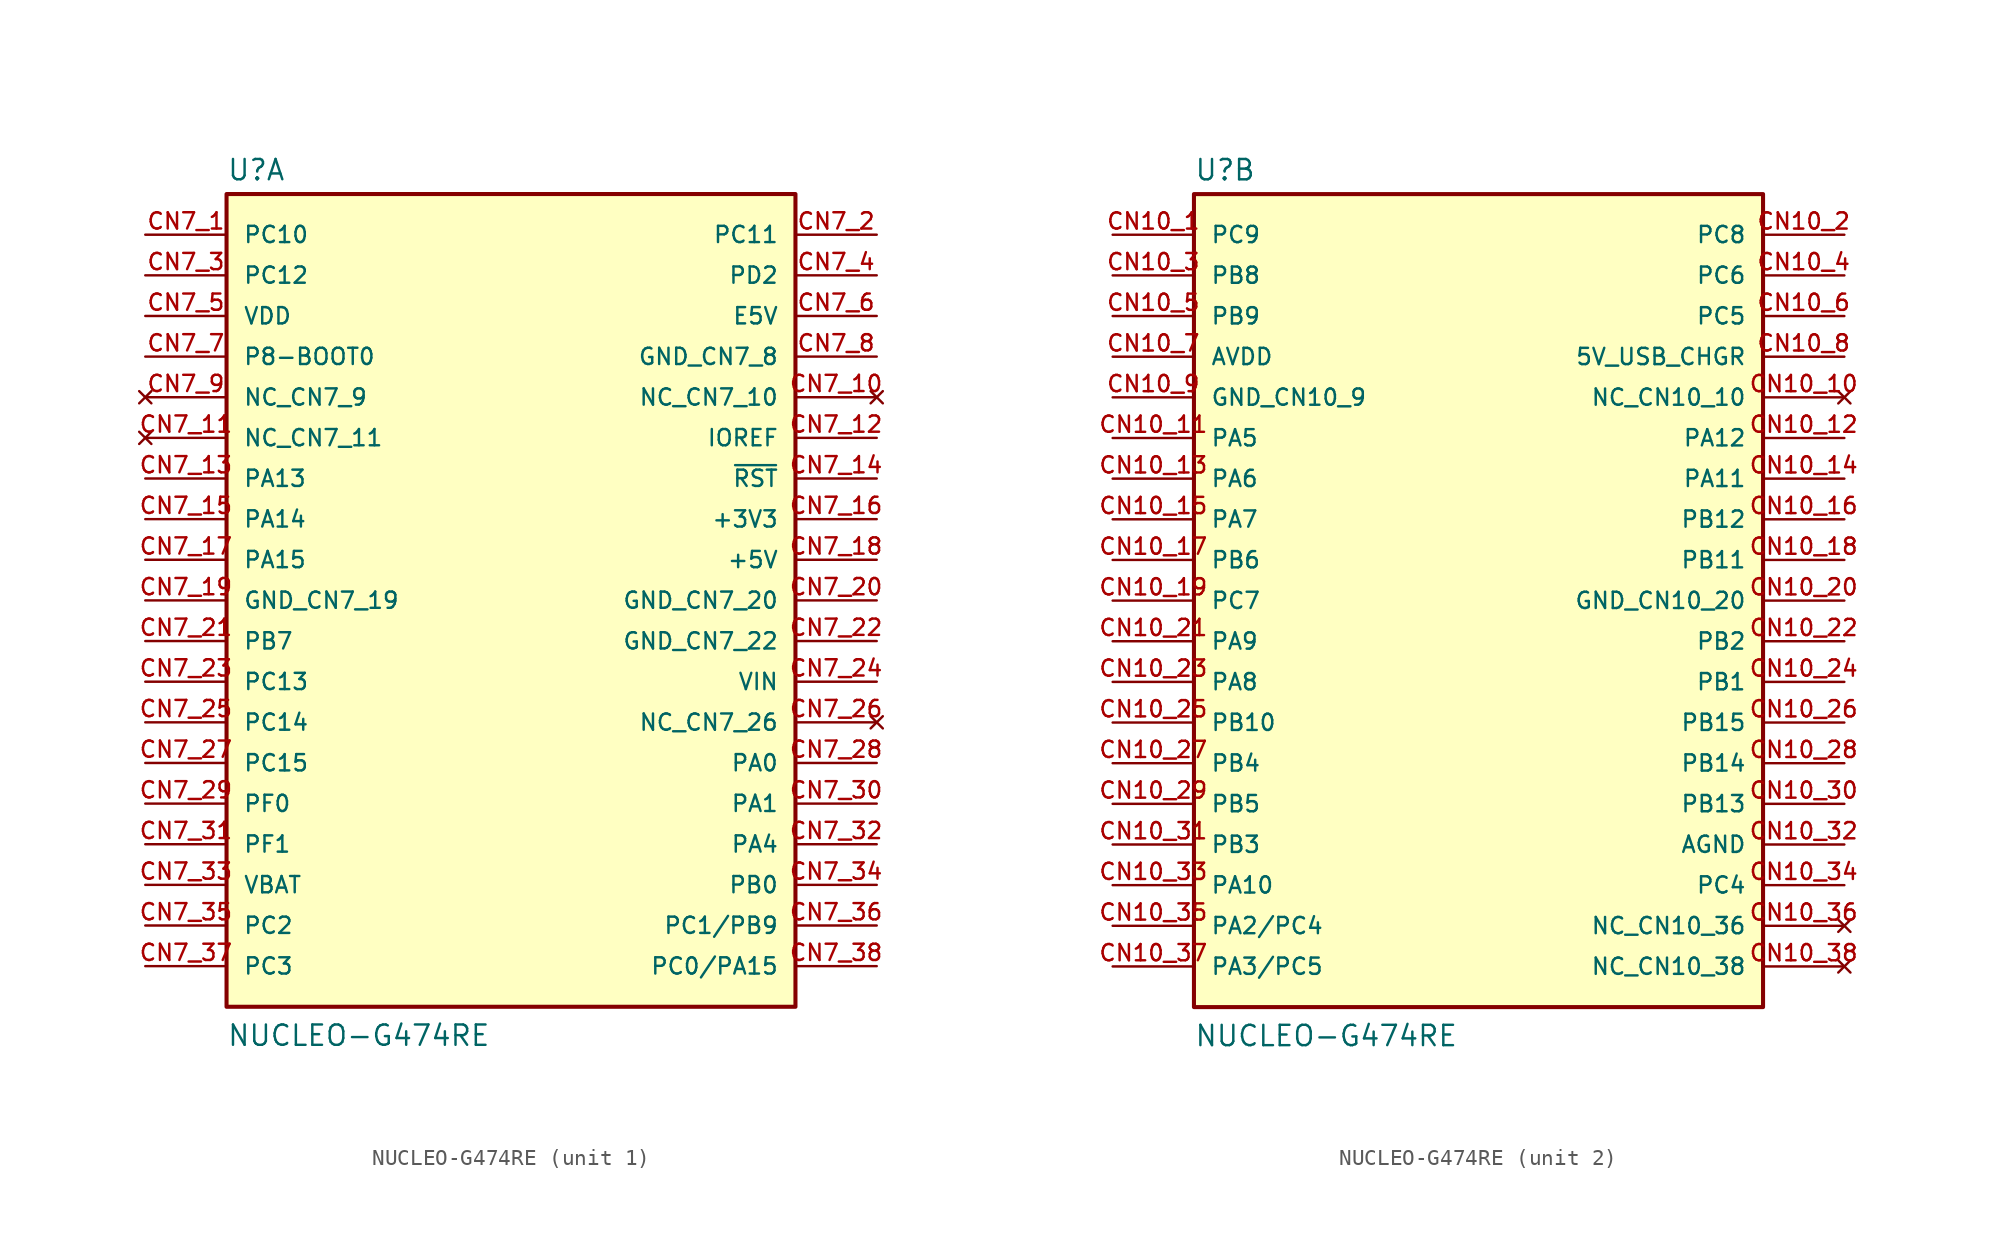
<source format=kicad_sym>
(kicad_symbol_lib
  (version 20211014)
  (generator kicad_symbol_editor)
  (symbol "NUCLEO-G474RE"
    (pin_names
      (offset 1.016))
    (property "Reference" "U"
      (at -17.78 26.162 0)
      (effects (font (size 1.27 1.27)) (justify bottom left)))
    (property "Value" "NUCLEO-G474RE"
      (at -17.78 -27.94 0)
      (effects (font (size 1.27 1.27)) (justify bottom left)))
    (symbol "NUCLEO-G474RE_1_0"
      (rectangle (start -17.78 -25.4) (end 17.78 25.4) (stroke (width 0.254)) (fill (type background)))
      (pin bidirectional line (at -22.86 22.86 0) (length 5.08) (name "PC10" (effects (font (size 1.016 1.016)))) (number "CN7_1" (effects (font (size 1.016 1.016)))))
      (pin bidirectional line (at 22.86 22.86 180.0) (length 5.08) (name "PC11" (effects (font (size 1.016 1.016)))) (number "CN7_2" (effects (font (size 1.016 1.016)))))
      (pin bidirectional line (at -22.86 20.32 0) (length 5.08) (name "PC12" (effects (font (size 1.016 1.016)))) (number "CN7_3" (effects (font (size 1.016 1.016)))))
      (pin bidirectional line (at 22.86 20.32 180.0) (length 5.08) (name "PD2" (effects (font (size 1.016 1.016)))) (number "CN7_4" (effects (font (size 1.016 1.016)))))
      (pin bidirectional line (at -22.86 15.24 0) (length 5.08) (name "P8-BOOT0" (effects (font (size 1.016 1.016)))) (number "CN7_7" (effects (font (size 1.016 1.016)))))
      (pin input line (at 22.86 10.16 180.0) (length 5.08) (name "IOREF" (effects (font (size 1.016 1.016)))) (number "CN7_12" (effects (font (size 1.016 1.016)))))
      (pin bidirectional line (at 22.86 7.62 180.0) (length 5.08) (name "~{RST}" (effects (font (size 1.016 1.016)))) (number "CN7_14" (effects (font (size 1.016 1.016)))))
      (pin bidirectional line (at -22.86 5.08 0) (length 5.08) (name "PA14" (effects (font (size 1.016 1.016)))) (number "CN7_15" (effects (font (size 1.016 1.016)))))
      (pin bidirectional line (at -22.86 2.54 0) (length 5.08) (name "PA15" (effects (font (size 1.016 1.016)))) (number "CN7_17" (effects (font (size 1.016 1.016)))))
      (pin bidirectional line (at -22.86 -2.54 0) (length 5.08) (name "PB7" (effects (font (size 1.016 1.016)))) (number "CN7_21" (effects (font (size 1.016 1.016)))))
      (pin bidirectional line (at -22.86 -5.08 0) (length 5.08) (name "PC13" (effects (font (size 1.016 1.016)))) (number "CN7_23" (effects (font (size 1.016 1.016)))))
      (pin bidirectional line (at -22.86 -7.62 0) (length 5.08) (name "PC14" (effects (font (size 1.016 1.016)))) (number "CN7_25" (effects (font (size 1.016 1.016)))))
      (pin bidirectional line (at -22.86 -10.16 0) (length 5.08) (name "PC15" (effects (font (size 1.016 1.016)))) (number "CN7_27" (effects (font (size 1.016 1.016)))))
      (pin bidirectional line (at 22.86 -10.16 180.0) (length 5.08) (name "PA0" (effects (font (size 1.016 1.016)))) (number "CN7_28" (effects (font (size 1.016 1.016)))))
      (pin bidirectional line (at -22.86 -12.7 0) (length 5.08) (name "PF0" (effects (font (size 1.016 1.016)))) (number "CN7_29" (effects (font (size 1.016 1.016)))))
      (pin bidirectional line (at 22.86 -12.7 180.0) (length 5.08) (name "PA1" (effects (font (size 1.016 1.016)))) (number "CN7_30" (effects (font (size 1.016 1.016)))))
      (pin bidirectional line (at -22.86 -15.24 0) (length 5.08) (name "PF1" (effects (font (size 1.016 1.016)))) (number "CN7_31" (effects (font (size 1.016 1.016)))))
      (pin bidirectional line (at 22.86 -15.24 180.0) (length 5.08) (name "PA4" (effects (font (size 1.016 1.016)))) (number "CN7_32" (effects (font (size 1.016 1.016)))))
      (pin bidirectional line (at 22.86 -17.78 180.0) (length 5.08) (name "PB0" (effects (font (size 1.016 1.016)))) (number "CN7_34" (effects (font (size 1.016 1.016)))))
      (pin bidirectional line (at -22.86 -20.32 0) (length 5.08) (name "PC2" (effects (font (size 1.016 1.016)))) (number "CN7_35" (effects (font (size 1.016 1.016)))))
      (pin bidirectional line (at 22.86 -20.32 180.0) (length 5.08) (name "PC1/PB9" (effects (font (size 1.016 1.016)))) (number "CN7_36" (effects (font (size 1.016 1.016)))))
      (pin bidirectional line (at -22.86 -22.86 0) (length 5.08) (name "PC3" (effects (font (size 1.016 1.016)))) (number "CN7_37" (effects (font (size 1.016 1.016)))))
      (pin bidirectional line (at 22.86 -22.86 180.0) (length 5.08) (name "PC0/PA15" (effects (font (size 1.016 1.016)))) (number "CN7_38" (effects (font (size 1.016 1.016)))))
      (pin bidirectional line (at -22.86 7.62 0) (length 5.08) (name "PA13" (effects (font (size 1.016 1.016)))) (number "CN7_13" (effects (font (size 1.016 1.016)))))
      (pin power_in line (at -22.86 17.78 0) (length 5.08) (name "VDD" (effects (font (size 1.016 1.016)))) (number "CN7_5" (effects (font (size 1.016 1.016)))))
      (pin power_in line (at 22.86 17.78 180.0) (length 5.08) (name "E5V" (effects (font (size 1.016 1.016)))) (number "CN7_6" (effects (font (size 1.016 1.016)))))
      (pin power_in line (at -22.86 0.0 0) (length 5.08) (name "GND_CN7_19" (effects (font (size 1.016 1.016)))) (number "CN7_19" (effects (font (size 1.016 1.016)))))
      (pin no_connect line (at -22.86 12.7 0) (length 5.08) (name "NC_CN7_9" (effects (font (size 1.016 1.016)))) (number "CN7_9" (effects (font (size 1.016 1.016)))))
      (pin power_in line (at 22.86 5.08 180.0) (length 5.08) (name "+3V3" (effects (font (size 1.016 1.016)))) (number "CN7_16" (effects (font (size 1.016 1.016)))))
      (pin power_in line (at 22.86 2.54 180.0) (length 5.08) (name "+5V" (effects (font (size 1.016 1.016)))) (number "CN7_18" (effects (font (size 1.016 1.016)))))
      (pin power_in line (at 22.86 -5.08 180.0) (length 5.08) (name "VIN" (effects (font (size 1.016 1.016)))) (number "CN7_24" (effects (font (size 1.016 1.016)))))
      (pin power_in line (at -22.86 -17.78 0) (length 5.08) (name "VBAT" (effects (font (size 1.016 1.016)))) (number "CN7_33" (effects (font (size 1.016 1.016)))))
      (pin no_connect line (at -22.86 10.16 0) (length 5.08) (name "NC_CN7_11" (effects (font (size 1.016 1.016)))) (number "CN7_11" (effects (font (size 1.016 1.016)))))
      (pin power_in line (at 22.86 15.24 180.0) (length 5.08) (name "GND_CN7_8" (effects (font (size 1.016 1.016)))) (number "CN7_8" (effects (font (size 1.016 1.016)))))
      (pin no_connect line (at 22.86 12.7 180.0) (length 5.08) (name "NC_CN7_10" (effects (font (size 1.016 1.016)))) (number "CN7_10" (effects (font (size 1.016 1.016)))))
      (pin power_in line (at 22.86 0.0 180.0) (length 5.08) (name "GND_CN7_20" (effects (font (size 1.016 1.016)))) (number "CN7_20" (effects (font (size 1.016 1.016)))))
      (pin power_in line (at 22.86 -2.54 180.0) (length 5.08) (name "GND_CN7_22" (effects (font (size 1.016 1.016)))) (number "CN7_22" (effects (font (size 1.016 1.016)))))
      (pin no_connect line (at 22.86 -7.62 180.0) (length 5.08) (name "NC_CN7_26" (effects (font (size 1.016 1.016)))) (number "CN7_26" (effects (font (size 1.016 1.016))))))
    (symbol "NUCLEO-G474RE_2_0"
      (rectangle (start -17.78 -25.4) (end 17.78 25.4) (stroke (width 0.254)) (fill (type background)))
      (pin bidirectional line (at -22.86 22.86 0) (length 5.08) (name "PC9" (effects (font (size 1.016 1.016)))) (number "CN10_1" (effects (font (size 1.016 1.016)))))
      (pin bidirectional line (at 22.86 22.86 180.0) (length 5.08) (name "PC8" (effects (font (size 1.016 1.016)))) (number "CN10_2" (effects (font (size 1.016 1.016)))))
      (pin bidirectional line (at -22.86 20.32 0) (length 5.08) (name "PB8" (effects (font (size 1.016 1.016)))) (number "CN10_3" (effects (font (size 1.016 1.016)))))
      (pin bidirectional line (at 22.86 20.32 180.0) (length 5.08) (name "PC6" (effects (font (size 1.016 1.016)))) (number "CN10_4" (effects (font (size 1.016 1.016)))))
      (pin bidirectional line (at -22.86 17.78 0) (length 5.08) (name "PB9" (effects (font (size 1.016 1.016)))) (number "CN10_5" (effects (font (size 1.016 1.016)))))
      (pin bidirectional line (at 22.86 17.78 180.0) (length 5.08) (name "PC5" (effects (font (size 1.016 1.016)))) (number "CN10_6" (effects (font (size 1.016 1.016)))))
      (pin bidirectional line (at -22.86 10.16 0) (length 5.08) (name "PA5" (effects (font (size 1.016 1.016)))) (number "CN10_11" (effects (font (size 1.016 1.016)))))
      (pin bidirectional line (at 22.86 10.16 180.0) (length 5.08) (name "PA12" (effects (font (size 1.016 1.016)))) (number "CN10_12" (effects (font (size 1.016 1.016)))))
      (pin bidirectional line (at -22.86 7.62 0) (length 5.08) (name "PA6" (effects (font (size 1.016 1.016)))) (number "CN10_13" (effects (font (size 1.016 1.016)))))
      (pin bidirectional line (at 22.86 7.62 180.0) (length 5.08) (name "PA11" (effects (font (size 1.016 1.016)))) (number "CN10_14" (effects (font (size 1.016 1.016)))))
      (pin bidirectional line (at -22.86 5.08 0) (length 5.08) (name "PA7" (effects (font (size 1.016 1.016)))) (number "CN10_15" (effects (font (size 1.016 1.016)))))
      (pin bidirectional line (at 22.86 5.08 180.0) (length 5.08) (name "PB12" (effects (font (size 1.016 1.016)))) (number "CN10_16" (effects (font (size 1.016 1.016)))))
      (pin bidirectional line (at -22.86 2.54 0) (length 5.08) (name "PB6" (effects (font (size 1.016 1.016)))) (number "CN10_17" (effects (font (size 1.016 1.016)))))
      (pin bidirectional line (at 22.86 2.54 180.0) (length 5.08) (name "PB11" (effects (font (size 1.016 1.016)))) (number "CN10_18" (effects (font (size 1.016 1.016)))))
      (pin bidirectional line (at -22.86 0.0 0) (length 5.08) (name "PC7" (effects (font (size 1.016 1.016)))) (number "CN10_19" (effects (font (size 1.016 1.016)))))
      (pin bidirectional line (at -22.86 -2.54 0) (length 5.08) (name "PA9" (effects (font (size 1.016 1.016)))) (number "CN10_21" (effects (font (size 1.016 1.016)))))
      (pin bidirectional line (at 22.86 -2.54 180.0) (length 5.08) (name "PB2" (effects (font (size 1.016 1.016)))) (number "CN10_22" (effects (font (size 1.016 1.016)))))
      (pin bidirectional line (at -22.86 -5.08 0) (length 5.08) (name "PA8" (effects (font (size 1.016 1.016)))) (number "CN10_23" (effects (font (size 1.016 1.016)))))
      (pin bidirectional line (at 22.86 -5.08 180.0) (length 5.08) (name "PB1" (effects (font (size 1.016 1.016)))) (number "CN10_24" (effects (font (size 1.016 1.016)))))
      (pin bidirectional line (at -22.86 -7.62 0) (length 5.08) (name "PB10" (effects (font (size 1.016 1.016)))) (number "CN10_25" (effects (font (size 1.016 1.016)))))
      (pin bidirectional line (at 22.86 -7.62 180.0) (length 5.08) (name "PB15" (effects (font (size 1.016 1.016)))) (number "CN10_26" (effects (font (size 1.016 1.016)))))
      (pin bidirectional line (at -22.86 -10.16 0) (length 5.08) (name "PB4" (effects (font (size 1.016 1.016)))) (number "CN10_27" (effects (font (size 1.016 1.016)))))
      (pin bidirectional line (at 22.86 -10.16 180.0) (length 5.08) (name "PB14" (effects (font (size 1.016 1.016)))) (number "CN10_28" (effects (font (size 1.016 1.016)))))
      (pin bidirectional line (at -22.86 -12.7 0) (length 5.08) (name "PB5" (effects (font (size 1.016 1.016)))) (number "CN10_29" (effects (font (size 1.016 1.016)))))
      (pin bidirectional line (at 22.86 -12.7 180.0) (length 5.08) (name "PB13" (effects (font (size 1.016 1.016)))) (number "CN10_30" (effects (font (size 1.016 1.016)))))
      (pin bidirectional line (at -22.86 -15.24 0) (length 5.08) (name "PB3" (effects (font (size 1.016 1.016)))) (number "CN10_31" (effects (font (size 1.016 1.016)))))
      (pin bidirectional line (at -22.86 -17.78 0) (length 5.08) (name "PA10" (effects (font (size 1.016 1.016)))) (number "CN10_33" (effects (font (size 1.016 1.016)))))
      (pin bidirectional line (at 22.86 -17.78 180.0) (length 5.08) (name "PC4" (effects (font (size 1.016 1.016)))) (number "CN10_34" (effects (font (size 1.016 1.016)))))
      (pin bidirectional line (at -22.86 -20.32 0) (length 5.08) (name "PA2/PC4" (effects (font (size 1.016 1.016)))) (number "CN10_35" (effects (font (size 1.016 1.016)))))
      (pin bidirectional line (at -22.86 -22.86 0) (length 5.08) (name "PA3/PC5" (effects (font (size 1.016 1.016)))) (number "CN10_37" (effects (font (size 1.016 1.016)))))
      (pin power_in line (at -22.86 15.24 0) (length 5.08) (name "AVDD" (effects (font (size 1.016 1.016)))) (number "CN10_7" (effects (font (size 1.016 1.016)))))
      (pin power_in line (at 22.86 15.24 180.0) (length 5.08) (name "5V_USB_CHGR" (effects (font (size 1.016 1.016)))) (number "CN10_8" (effects (font (size 1.016 1.016)))))
      (pin power_in line (at 22.86 -15.24 180.0) (length 5.08) (name "AGND" (effects (font (size 1.016 1.016)))) (number "CN10_32" (effects (font (size 1.016 1.016)))))
      (pin power_in line (at -22.86 12.7 0) (length 5.08) (name "GND_CN10_9" (effects (font (size 1.016 1.016)))) (number "CN10_9" (effects (font (size 1.016 1.016)))))
      (pin no_connect line (at 22.86 12.7 180.0) (length 5.08) (name "NC_CN10_10" (effects (font (size 1.016 1.016)))) (number "CN10_10" (effects (font (size 1.016 1.016)))))
      (pin power_in line (at 22.86 0.0 180.0) (length 5.08) (name "GND_CN10_20" (effects (font (size 1.016 1.016)))) (number "CN10_20" (effects (font (size 1.016 1.016)))))
      (pin no_connect line (at 22.86 -20.32 180.0) (length 5.08) (name "NC_CN10_36" (effects (font (size 1.016 1.016)))) (number "CN10_36" (effects (font (size 1.016 1.016)))))
      (pin no_connect line (at 22.86 -22.86 180.0) (length 5.08) (name "NC_CN10_38" (effects (font (size 1.016 1.016)))) (number "CN10_38" (effects (font (size 1.016 1.016))))))))
</source>
